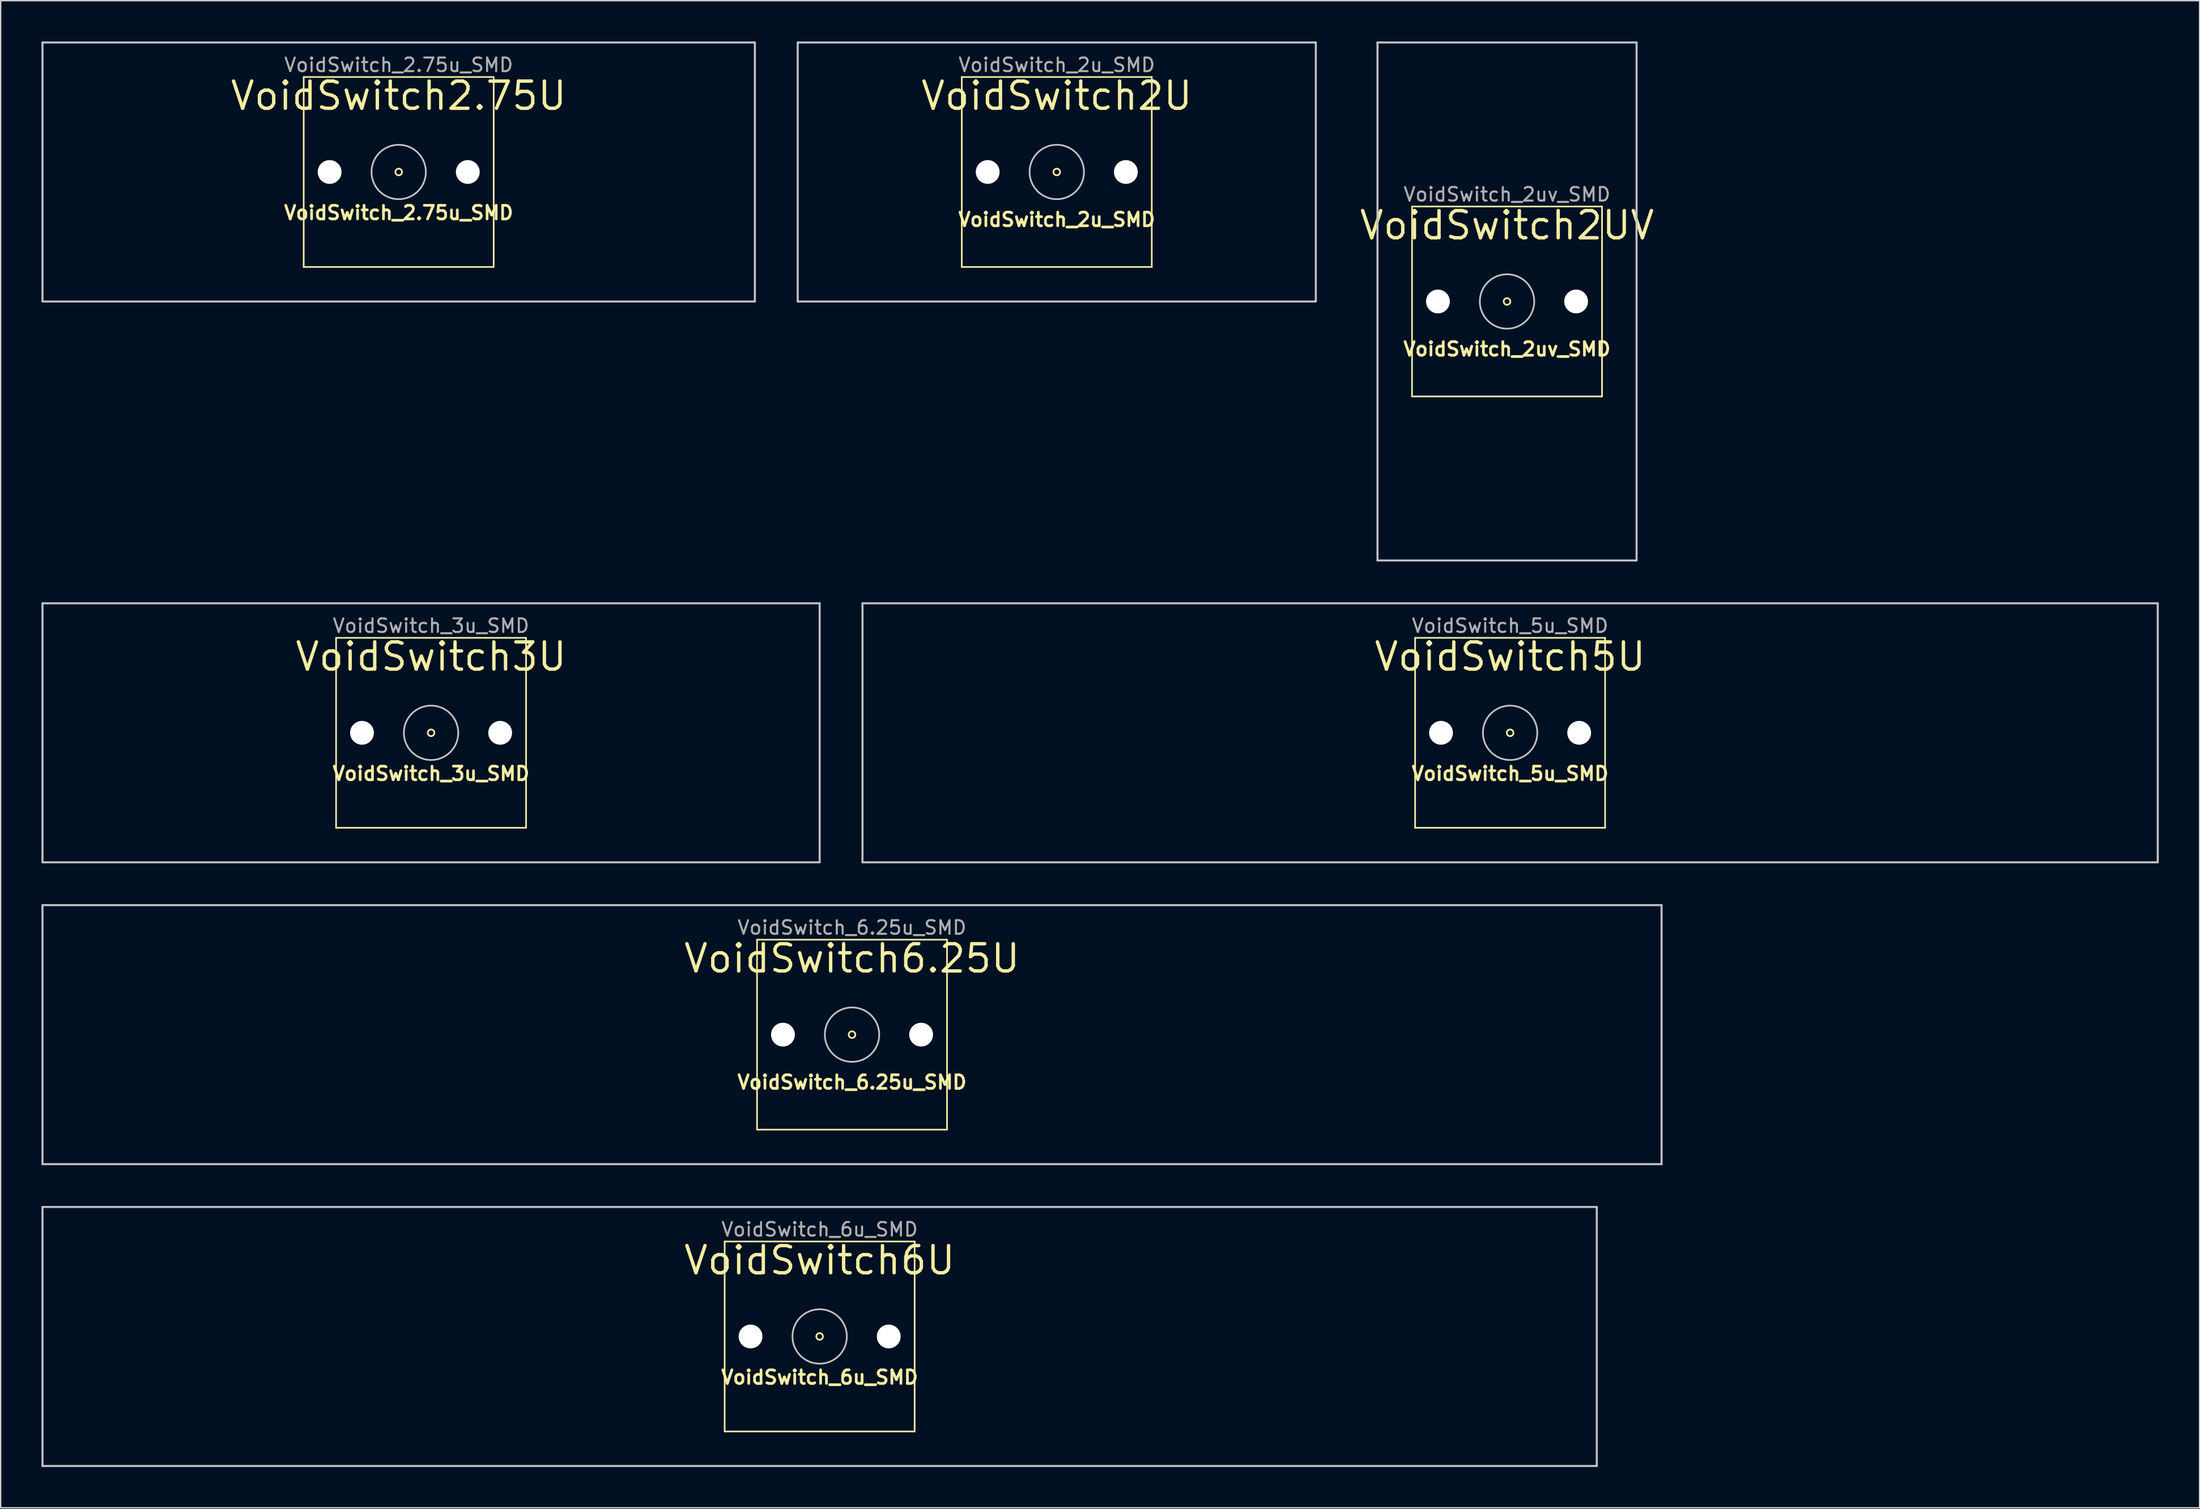
<source format=kicad_pcb>
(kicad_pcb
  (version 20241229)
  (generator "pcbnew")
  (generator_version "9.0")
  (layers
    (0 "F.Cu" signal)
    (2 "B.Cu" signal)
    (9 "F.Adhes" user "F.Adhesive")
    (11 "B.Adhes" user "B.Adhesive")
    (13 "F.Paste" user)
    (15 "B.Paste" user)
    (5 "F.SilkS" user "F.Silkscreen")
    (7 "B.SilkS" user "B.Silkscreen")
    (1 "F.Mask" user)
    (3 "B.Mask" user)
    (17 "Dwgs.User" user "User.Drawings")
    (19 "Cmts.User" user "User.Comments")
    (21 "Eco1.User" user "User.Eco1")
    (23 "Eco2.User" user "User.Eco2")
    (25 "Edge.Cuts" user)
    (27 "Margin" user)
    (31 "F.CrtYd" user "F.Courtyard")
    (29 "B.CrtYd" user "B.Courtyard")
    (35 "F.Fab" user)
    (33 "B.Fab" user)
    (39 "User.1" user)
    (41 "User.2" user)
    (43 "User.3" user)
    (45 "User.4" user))
  (footprint "VoidSwitch_2u_SMD"
    (layer "F.Cu")
    (at 74.658 9.6)
    (property "Reference" "VoidSwitch_2u_SMD" (at 0 3.5 0) (layer "F.SilkS") (effects (font (size 1 1) (thickness 0.2))))
    (property "Value" "VoidSwitch2U" (at 0 8.503 0) (layer "F.Fab") (hide yes) (effects (font (size 1 1) (thickness 0.15))))
    (attr smd exclude_from_bom)
    (fp_line (start -6.985 -6.985) (end 6.985 -6.985) (stroke (width 0.12) (type solid)) (layer "F.SilkS"))
    (fp_line (start -6.985 6.985) (end -6.985 -6.985) (stroke (width 0.12) (type solid)) (layer "F.SilkS"))
    (fp_line (start 6.985 -6.985) (end 6.985 6.985) (stroke (width 0.12) (type solid)) (layer "F.SilkS"))
    (fp_line (start 6.985 6.985) (end -6.985 6.985) (stroke (width 0.12) (type solid)) (layer "F.SilkS"))
    (fp_circle (center 0 0) (end 0.244 0) (stroke (width 0.125) (type solid)) (fill no) (layer "F.SilkS"))
    (fp_line (start -19.049 -9.525) (end 19.049 -9.525) (stroke (width 0.15) (type solid)) (layer "Dwgs.User"))
    (fp_line (start -19.049 9.525) (end -19.049 -9.525) (stroke (width 0.15) (type solid)) (layer "Dwgs.User"))
    (fp_line (start 19.049 -9.525) (end 19.049 9.525) (stroke (width 0.15) (type solid)) (layer "Dwgs.User"))
    (fp_line (start 19.049 9.525) (end -19.049 9.525) (stroke (width 0.15) (type solid)) (layer "Dwgs.User"))
    (fp_circle (center 0 0) (end 2 0) (stroke (width 0.125) (type solid)) (fill no) (layer "Dwgs.User"))
    (fp_text user "${VALUE}" (at 0 -5.6 0) (layer "F.SilkS") (effects (font (size 2 2) (thickness 0.25))))
    (fp_text user "${REFERENCE}" (at 0 -7.874 0) (layer "F.Fab") (effects (font (size 1 1) (thickness 0.15))))
    (pad "" np_thru_hole circle (at -5.08 0) (size 1.75 1.75) (drill 1.75) (layers "*.Cu" "*.Mask"))
    (pad "" np_thru_hole circle (at 5.08 0) (size 1.75 1.75) (drill 1.75) (layers "*.Cu" "*.Mask")))
  (footprint "VoidSwitch_3u_SMD"
    (layer "F.Cu")
    (at 28.648 50.848)
    (property "Reference" "VoidSwitch_3u_SMD" (at 0 3 0) (layer "F.SilkS") (effects (font (size 1 1) (thickness 0.2))))
    (property "Value" "VoidSwitch3U" (at 0 8.503 0) (layer "F.Fab") (hide yes) (effects (font (size 1 1) (thickness 0.15))))
    (attr smd exclude_from_bom)
    (fp_line (start -6.985 -6.985) (end 6.985 -6.985) (stroke (width 0.12) (type solid)) (layer "F.SilkS"))
    (fp_line (start -6.985 6.985) (end -6.985 -6.985) (stroke (width 0.12) (type solid)) (layer "F.SilkS"))
    (fp_line (start 6.985 -6.985) (end 6.985 6.985) (stroke (width 0.12) (type solid)) (layer "F.SilkS"))
    (fp_line (start 6.985 6.985) (end -6.985 6.985) (stroke (width 0.12) (type solid)) (layer "F.SilkS"))
    (fp_circle (center 0 0) (end 0.244 0) (stroke (width 0.125) (type solid)) (fill no) (layer "F.SilkS"))
    (fp_line (start -28.573 -9.525) (end 28.573 -9.525) (stroke (width 0.15) (type solid)) (layer "Dwgs.User"))
    (fp_line (start -28.573 9.525) (end -28.573 -9.525) (stroke (width 0.15) (type solid)) (layer "Dwgs.User"))
    (fp_line (start 28.573 -9.525) (end 28.573 9.525) (stroke (width 0.15) (type solid)) (layer "Dwgs.User"))
    (fp_line (start 28.573 9.525) (end -28.573 9.525) (stroke (width 0.15) (type solid)) (layer "Dwgs.User"))
    (fp_circle (center 0 0) (end 2 0) (stroke (width 0.125) (type solid)) (fill no) (layer "Dwgs.User"))
    (fp_text user "${VALUE}" (at 0 -5.6 0) (layer "F.SilkS") (effects (font (size 2 2) (thickness 0.25))))
    (fp_text user "${REFERENCE}" (at 0 -7.874 0) (layer "F.Fab") (effects (font (size 1 1) (thickness 0.15))))
    (pad "" np_thru_hole circle (at -5.08 0) (size 1.75 1.75) (drill 1.75) (layers "*.Cu" "*.Mask"))
    (pad "" np_thru_hole circle (at 5.08 0) (size 1.75 1.75) (drill 1.75) (layers "*.Cu" "*.Mask")))
  (footprint "VoidSwitch_2uv_SMD"
    (layer "F.Cu")
    (at 107.766 19.124)
    (property "Reference" "VoidSwitch_2uv_SMD" (at 0 3.5 0) (layer "F.SilkS") (effects (font (size 1 1) (thickness 0.2))))
    (property "Value" "VoidSwitch2UV" (at 0 8.503 0) (layer "F.Fab") (hide yes) (effects (font (size 1 1) (thickness 0.15))))
    (attr smd exclude_from_bom)
    (fp_line (start -6.985 -6.985) (end 6.985 -6.985) (stroke (width 0.12) (type solid)) (layer "F.SilkS"))
    (fp_line (start -6.985 6.985) (end -6.985 -6.985) (stroke (width 0.12) (type solid)) (layer "F.SilkS"))
    (fp_line (start 6.985 -6.985) (end 6.985 6.985) (stroke (width 0.12) (type solid)) (layer "F.SilkS"))
    (fp_line (start 6.985 6.985) (end -6.985 6.985) (stroke (width 0.12) (type solid)) (layer "F.SilkS"))
    (fp_circle (center 0 0) (end 0.244 0) (stroke (width 0.125) (type solid)) (fill no) (layer "F.SilkS"))
    (fp_line (start -9.525 -19.049) (end 9.525 -19.049) (stroke (width 0.15) (type solid)) (layer "Dwgs.User"))
    (fp_line (start -9.525 19.049) (end -9.525 -19.049) (stroke (width 0.15) (type solid)) (layer "Dwgs.User"))
    (fp_line (start 9.525 -19.049) (end 9.525 19.049) (stroke (width 0.15) (type solid)) (layer "Dwgs.User"))
    (fp_line (start 9.525 19.049) (end -9.525 19.049) (stroke (width 0.15) (type solid)) (layer "Dwgs.User"))
    (fp_circle (center 0 0) (end 2 0) (stroke (width 0.125) (type solid)) (fill no) (layer "Dwgs.User"))
    (fp_text user "${VALUE}" (at 0 -5.6 0) (layer "F.SilkS") (effects (font (size 2 2) (thickness 0.25))))
    (fp_text user "${REFERENCE}" (at 0 -7.874 0) (layer "F.Fab") (effects (font (size 1 1) (thickness 0.15))))
    (pad "" np_thru_hole circle (at -5.08 0) (size 1.75 1.75) (drill 1.75) (layers "*.Cu" "*.Mask"))
    (pad "" np_thru_hole circle (at 5.08 0) (size 1.75 1.75) (drill 1.75) (layers "*.Cu" "*.Mask")))
  (footprint "VoidSwitch_5u_SMD"
    (layer "F.Cu")
    (at 107.993 50.848)
    (property "Reference" "VoidSwitch_5u_SMD" (at 0 3 0) (layer "F.SilkS") (effects (font (size 1 1) (thickness 0.2))))
    (property "Value" "VoidSwitch5U" (at 0 8.503 0) (layer "F.Fab") (hide yes) (effects (font (size 1 1) (thickness 0.15))))
    (attr smd exclude_from_bom)
    (fp_line (start -6.985 -6.985) (end 6.985 -6.985) (stroke (width 0.12) (type solid)) (layer "F.SilkS"))
    (fp_line (start -6.985 6.985) (end -6.985 -6.985) (stroke (width 0.12) (type solid)) (layer "F.SilkS"))
    (fp_line (start 6.985 -6.985) (end 6.985 6.985) (stroke (width 0.12) (type solid)) (layer "F.SilkS"))
    (fp_line (start 6.985 6.985) (end -6.985 6.985) (stroke (width 0.12) (type solid)) (layer "F.SilkS"))
    (fp_circle (center 0 0) (end 0.244 0) (stroke (width 0.125) (type solid)) (fill no) (layer "F.SilkS"))
    (fp_line (start -47.622 -9.525) (end 47.622 -9.525) (stroke (width 0.15) (type solid)) (layer "Dwgs.User"))
    (fp_line (start -47.622 9.525) (end -47.622 -9.525) (stroke (width 0.15) (type solid)) (layer "Dwgs.User"))
    (fp_line (start 47.622 -9.525) (end 47.622 9.525) (stroke (width 0.15) (type solid)) (layer "Dwgs.User"))
    (fp_line (start 47.622 9.525) (end -47.622 9.525) (stroke (width 0.15) (type solid)) (layer "Dwgs.User"))
    (fp_circle (center 0 0) (end 2 0) (stroke (width 0.125) (type solid)) (fill no) (layer "Dwgs.User"))
    (fp_text user "${VALUE}" (at 0 -5.6 0) (layer "F.SilkS") (effects (font (size 2 2) (thickness 0.25))))
    (fp_text user "${REFERENCE}" (at 0 -7.874 0) (layer "F.Fab") (effects (font (size 1 1) (thickness 0.15))))
    (pad "" np_thru_hole circle (at -5.08 0) (size 1.75 1.75) (drill 1.75) (layers "*.Cu" "*.Mask"))
    (pad "" np_thru_hole circle (at 5.08 0) (size 1.75 1.75) (drill 1.75) (layers "*.Cu" "*.Mask")))
  (footprint "VoidSwitch_6u_SMD"
    (layer "F.Cu")
    (at 57.221 95.248)
    (property "Reference" "VoidSwitch_6u_SMD" (at 0 3 0) (layer "F.SilkS") (effects (font (size 1 1) (thickness 0.2))))
    (property "Value" "VoidSwitch6U" (at 0 8.503 0) (layer "F.Fab") (hide yes) (effects (font (size 1 1) (thickness 0.15))))
    (attr smd exclude_from_bom)
    (fp_line (start -6.985 -6.985) (end 6.985 -6.985) (stroke (width 0.12) (type solid)) (layer "F.SilkS"))
    (fp_line (start -6.985 6.985) (end -6.985 -6.985) (stroke (width 0.12) (type solid)) (layer "F.SilkS"))
    (fp_line (start 6.985 -6.985) (end 6.985 6.985) (stroke (width 0.12) (type solid)) (layer "F.SilkS"))
    (fp_line (start 6.985 6.985) (end -6.985 6.985) (stroke (width 0.12) (type solid)) (layer "F.SilkS"))
    (fp_circle (center 0 0) (end 0.244 0) (stroke (width 0.125) (type solid)) (fill no) (layer "F.SilkS"))
    (fp_line (start -57.146 -9.525) (end 57.146 -9.525) (stroke (width 0.15) (type solid)) (layer "Dwgs.User"))
    (fp_line (start -57.146 9.525) (end -57.146 -9.525) (stroke (width 0.15) (type solid)) (layer "Dwgs.User"))
    (fp_line (start 57.146 -9.525) (end 57.146 9.525) (stroke (width 0.15) (type solid)) (layer "Dwgs.User"))
    (fp_line (start 57.146 9.525) (end -57.146 9.525) (stroke (width 0.15) (type solid)) (layer "Dwgs.User"))
    (fp_circle (center 0 0) (end 2 0) (stroke (width 0.125) (type solid)) (fill no) (layer "Dwgs.User"))
    (fp_text user "${VALUE}" (at 0 -5.6 0) (layer "F.SilkS") (effects (font (size 2 2) (thickness 0.25))))
    (fp_text user "${REFERENCE}" (at 0 -7.874 0) (layer "F.Fab") (effects (font (size 1 1) (thickness 0.15))))
    (pad "" np_thru_hole circle (at -5.08 0) (size 1.75 1.75) (drill 1.75) (layers "*.Cu" "*.Mask"))
    (pad "" np_thru_hole circle (at 5.08 0) (size 1.75 1.75) (drill 1.75) (layers "*.Cu" "*.Mask")))
  (footprint "VoidSwitch_6.25u_SMD"
    (layer "F.Cu")
    (at 59.602 73.048)
    (property "Reference" "VoidSwitch_6.25u_SMD" (at 0 3.5 0) (layer "F.SilkS") (effects (font (size 1 1) (thickness 0.2))))
    (property "Value" "VoidSwitch6.25U" (at 0 8.503 0) (layer "F.Fab") (hide yes) (effects (font (size 1 1) (thickness 0.15))))
    (attr smd exclude_from_bom)
    (fp_line (start -6.985 -6.985) (end 6.985 -6.985) (stroke (width 0.12) (type solid)) (layer "F.SilkS"))
    (fp_line (start -6.985 6.985) (end -6.985 -6.985) (stroke (width 0.12) (type solid)) (layer "F.SilkS"))
    (fp_line (start 6.985 -6.985) (end 6.985 6.985) (stroke (width 0.12) (type solid)) (layer "F.SilkS"))
    (fp_line (start 6.985 6.985) (end -6.985 6.985) (stroke (width 0.12) (type solid)) (layer "F.SilkS"))
    (fp_circle (center 0 0) (end 0.244 0) (stroke (width 0.125) (type solid)) (fill no) (layer "F.SilkS"))
    (fp_line (start -59.528 -9.526) (end 59.528 -9.526) (stroke (width 0.15) (type solid)) (layer "Dwgs.User"))
    (fp_line (start -59.528 9.524) (end -59.528 -9.526) (stroke (width 0.15) (type solid)) (layer "Dwgs.User"))
    (fp_line (start 59.528 -9.526) (end 59.528 9.524) (stroke (width 0.15) (type solid)) (layer "Dwgs.User"))
    (fp_line (start 59.528 9.524) (end -59.528 9.524) (stroke (width 0.15) (type solid)) (layer "Dwgs.User"))
    (fp_circle (center 0 0) (end 2 0) (stroke (width 0.125) (type solid)) (fill no) (layer "Dwgs.User"))
    (fp_text user "${VALUE}" (at 0 -5.6 0) (layer "F.SilkS") (effects (font (size 2 2) (thickness 0.25))))
    (fp_text user "${REFERENCE}" (at 0 -7.874 0) (layer "F.Fab") (effects (font (size 1 1) (thickness 0.15))))
    (pad "" np_thru_hole circle (at -5.08 0) (size 1.75 1.75) (drill 1.75) (layers "*.Cu" "*.Mask"))
    (pad "" np_thru_hole circle (at 5.08 0) (size 1.75 1.75) (drill 1.75) (layers "*.Cu" "*.Mask")))
  (footprint "VoidSwitch_2.75u_SMD"
    (layer "F.Cu")
    (at 26.267 9.6)
    (property "Reference" "VoidSwitch_2.75u_SMD" (at 0 3 0) (layer "F.SilkS") (effects (font (size 1 1) (thickness 0.2))))
    (property "Value" "VoidSwitch2.75U" (at 0 8.503 0) (layer "F.Fab") (hide yes) (effects (font (size 1 1) (thickness 0.15))))
    (attr smd exclude_from_bom)
    (fp_line (start -6.985 -6.985) (end 6.985 -6.985) (stroke (width 0.12) (type solid)) (layer "F.SilkS"))
    (fp_line (start -6.985 6.985) (end -6.985 -6.985) (stroke (width 0.12) (type solid)) (layer "F.SilkS"))
    (fp_line (start 6.985 -6.985) (end 6.985 6.985) (stroke (width 0.12) (type solid)) (layer "F.SilkS"))
    (fp_line (start 6.985 6.985) (end -6.985 6.985) (stroke (width 0.12) (type solid)) (layer "F.SilkS"))
    (fp_circle (center 0 0) (end 0.244 0) (stroke (width 0.125) (type solid)) (fill no) (layer "F.SilkS"))
    (fp_line (start -26.192 -9.525) (end 26.192 -9.525) (stroke (width 0.15) (type solid)) (layer "Dwgs.User"))
    (fp_line (start -26.192 9.525) (end -26.192 -9.525) (stroke (width 0.15) (type solid)) (layer "Dwgs.User"))
    (fp_line (start 26.192 -9.525) (end 26.192 9.525) (stroke (width 0.15) (type solid)) (layer "Dwgs.User"))
    (fp_line (start 26.192 9.525) (end -26.192 9.525) (stroke (width 0.15) (type solid)) (layer "Dwgs.User"))
    (fp_circle (center 0 0) (end 2 0) (stroke (width 0.125) (type solid)) (fill no) (layer "Dwgs.User"))
    (fp_text user "${VALUE}" (at 0 -5.6 0) (layer "F.SilkS") (effects (font (size 2 2) (thickness 0.25))))
    (fp_text user "${REFERENCE}" (at 0 -7.874 0) (layer "F.Fab") (effects (font (size 1 1) (thickness 0.15))))
    (pad "" np_thru_hole circle (at -5.08 0) (size 1.75 1.75) (drill 1.75) (layers "*.Cu" "*.Mask"))
    (pad "" np_thru_hole circle (at 5.08 0) (size 1.75 1.75) (drill 1.75) (layers "*.Cu" "*.Mask")))
  (gr_rect
    (start -3 -3)
    (end 158.69 107.848)
    (stroke (width 0.1) (type default))
    (fill no)
    (layer "Edge.Cuts")))
</source>
